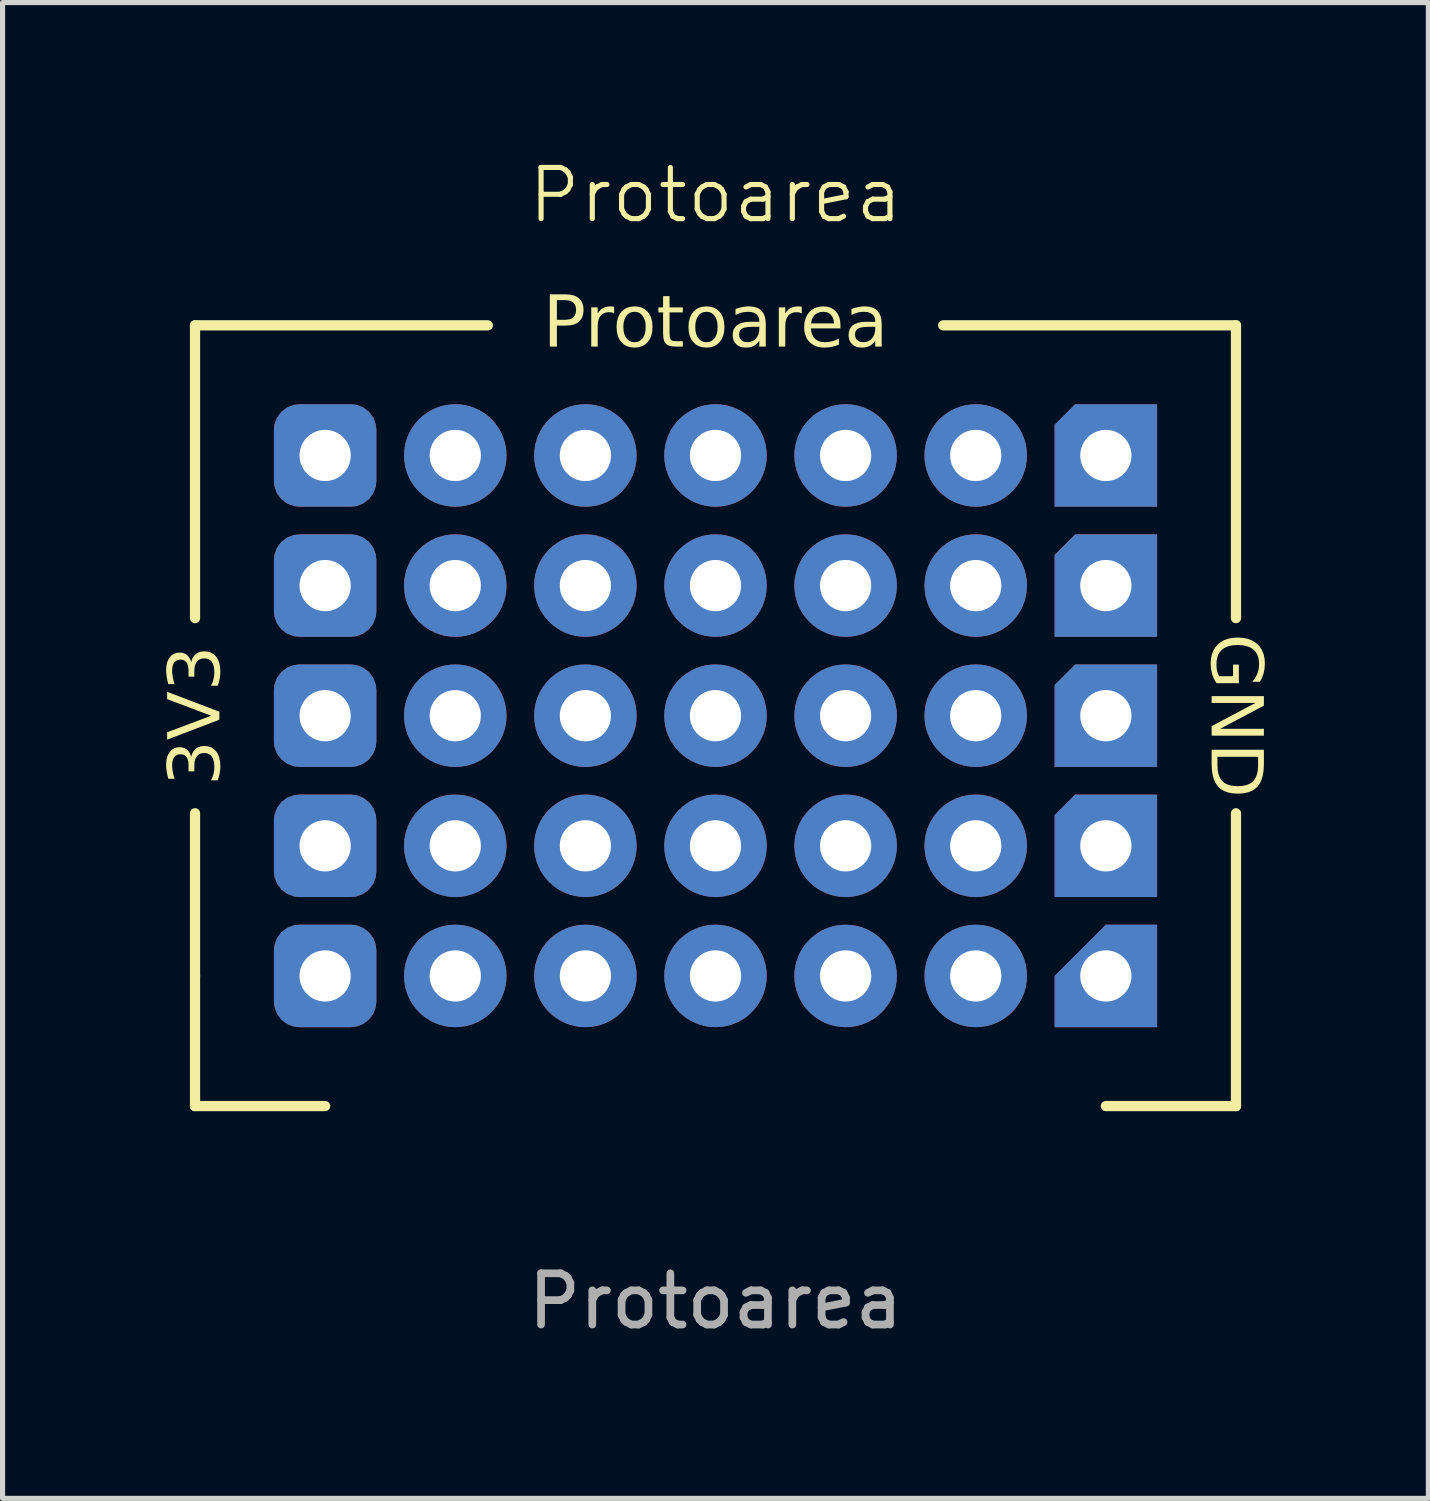
<source format=kicad_pcb>
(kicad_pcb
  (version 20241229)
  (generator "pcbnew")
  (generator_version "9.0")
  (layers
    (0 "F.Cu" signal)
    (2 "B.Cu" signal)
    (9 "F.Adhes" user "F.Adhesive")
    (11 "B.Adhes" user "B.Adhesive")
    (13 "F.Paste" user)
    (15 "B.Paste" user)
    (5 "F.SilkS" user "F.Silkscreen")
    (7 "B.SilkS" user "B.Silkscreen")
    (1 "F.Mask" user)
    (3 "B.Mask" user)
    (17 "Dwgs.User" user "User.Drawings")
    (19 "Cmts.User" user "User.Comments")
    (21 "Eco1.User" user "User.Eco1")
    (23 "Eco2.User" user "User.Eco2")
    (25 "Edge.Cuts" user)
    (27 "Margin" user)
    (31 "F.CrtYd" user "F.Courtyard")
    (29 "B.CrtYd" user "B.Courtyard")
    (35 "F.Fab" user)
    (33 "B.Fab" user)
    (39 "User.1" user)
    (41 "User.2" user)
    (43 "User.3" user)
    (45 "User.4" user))
  (footprint "Protoarea"
    (layer "F.Cu")
    (at 10.917 10.921)
    (property "Reference" "Protoarea" (at 0 -10.16 0) (unlocked yes) (layer "F.SilkS") (effects (font (size 1 1) (thickness 0.1))))
    (attr through_hole)
    (fp_line (start -10.16 -7.62) (end -10.16 -1.905) (stroke (width 0.2) (type default)) (layer "F.SilkS"))
    (fp_line (start -10.16 -7.62) (end -4.445 -7.62) (stroke (width 0.2) (type default)) (layer "F.SilkS"))
    (fp_line (start -10.16 5.08) (end -10.16 1.905) (stroke (width 0.2) (type default)) (layer "F.SilkS"))
    (fp_line (start -10.16 5.08) (end -10.16 7.62) (stroke (width 0.2) (type default)) (layer "F.SilkS"))
    (fp_line (start -10.16 7.62) (end -7.62 7.62) (stroke (width 0.2) (type default)) (layer "F.SilkS"))
    (fp_line (start 10.16 -7.62) (end 4.445 -7.62) (stroke (width 0.2) (type default)) (layer "F.SilkS"))
    (fp_line (start 10.16 -7.62) (end 10.16 -1.905) (stroke (width 0.2) (type default)) (layer "F.SilkS"))
    (fp_line (start 10.16 7.62) (end 7.62 7.62) (stroke (width 0.2) (type default)) (layer "F.SilkS"))
    (fp_line (start 10.16 7.62) (end 10.16 1.905) (stroke (width 0.2) (type default)) (layer "F.SilkS"))
    (fp_text user "Protoarea" (at 0 -7.62 0) (unlocked yes) (layer "F.SilkS") (effects (font (face "Space Mono") (size 1 1) (thickness 0.1))))
    (fp_text user "3V3" (at -10.1 0 90) (unlocked yes) (layer "F.SilkS") (effects (font (face "Space Mono") (size 1 1) (thickness 0.1))))
    (fp_text user "GND" (at 10.1 0 270) (unlocked yes) (layer "F.SilkS") (effects (font (face "Space Mono") (size 1 1) (thickness 0.1))))
    (fp_text user "${REFERENCE}" (at 0 11.43 0) (unlocked yes) (layer "F.Fab") (effects (font (size 1 1) (thickness 0.15))))
    (pad "" thru_hole circle (at -5.08 -5.08) (size 2 2) (drill 1) (layers "*.Cu" "*.Mask"))
    (pad "" thru_hole circle (at -5.08 -2.54) (size 2 2) (drill 1) (layers "*.Cu" "*.Mask"))
    (pad "" thru_hole circle (at -5.08 0) (size 2 2) (drill 1) (layers "*.Cu" "*.Mask"))
    (pad "" thru_hole circle (at -5.08 2.54) (size 2 2) (drill 1) (layers "*.Cu" "*.Mask"))
    (pad "" thru_hole circle (at -2.54 -5.08) (size 2 2) (drill 1) (layers "*.Cu" "*.Mask"))
    (pad "" thru_hole circle (at -2.54 -2.54) (size 2 2) (drill 1) (layers "*.Cu" "*.Mask"))
    (pad "" thru_hole circle (at -2.54 0) (size 2 2) (drill 1) (layers "*.Cu" "*.Mask"))
    (pad "" thru_hole circle (at -2.54 2.54) (size 2 2) (drill 1) (layers "*.Cu" "*.Mask"))
    (pad "" thru_hole circle (at 0 -5.08) (size 2 2) (drill 1) (layers "*.Cu" "*.Mask"))
    (pad "" thru_hole circle (at 0 -2.54) (size 2 2) (drill 1) (layers "*.Cu" "*.Mask"))
    (pad "" thru_hole circle (at 0 0) (size 2 2) (drill 1) (layers "*.Cu" "*.Mask"))
    (pad "" thru_hole circle (at 0 2.54) (size 2 2) (drill 1) (layers "*.Cu" "*.Mask"))
    (pad "" thru_hole circle (at 2.54 -5.08) (size 2 2) (drill 1) (layers "*.Cu" "*.Mask"))
    (pad "" thru_hole circle (at 2.54 -2.54) (size 2 2) (drill 1) (layers "*.Cu" "*.Mask"))
    (pad "" thru_hole circle (at 2.54 0) (size 2 2) (drill 1) (layers "*.Cu" "*.Mask"))
    (pad "" thru_hole circle (at 2.54 2.54) (size 2 2) (drill 1) (layers "*.Cu" "*.Mask"))
    (pad "" thru_hole circle (at 5.08 -5.08) (size 2 2) (drill 1) (layers "*.Cu" "*.Mask"))
    (pad "" thru_hole circle (at 5.08 -2.54) (size 2 2) (drill 1) (layers "*.Cu" "*.Mask"))
    (pad "" thru_hole circle (at 5.08 0) (size 2 2) (drill 1) (layers "*.Cu" "*.Mask"))
    (pad "" thru_hole circle (at 5.08 2.54) (size 2 2) (drill 1) (layers "*.Cu" "*.Mask"))
    (pad "2" thru_hole circle (at -5.08 5.08) (size 2 2) (drill 1) (layers "*.Cu" "*.Mask"))
    (pad "3" thru_hole circle (at -2.54 5.08) (size 2 2) (drill 1) (layers "*.Cu" "*.Mask"))
    (pad "4" thru_hole circle (at 0 5.08) (size 2 2) (drill 1) (layers "*.Cu" "*.Mask"))
    (pad "5" thru_hole circle (at 2.54 5.08) (size 2 2) (drill 1) (layers "*.Cu" "*.Mask"))
    (pad "6" thru_hole circle (at 5.08 5.08) (size 2 2) (drill 1) (layers "*.Cu" "*.Mask"))
    (pad "7" thru_hole roundrect (at 7.62 -5.08) (size 2 2) (drill 1) (layers "*.Cu" "*.Mask") (roundrect_rratio 0) (chamfer_ratio 0.2) (chamfer top_left))
    (pad "7" thru_hole roundrect (at 7.62 -2.54) (size 2 2) (drill 1) (layers "*.Cu" "*.Mask") (roundrect_rratio 0) (chamfer_ratio 0.2) (chamfer top_left))
    (pad "7" thru_hole roundrect (at 7.62 0) (size 2 2) (drill 1) (layers "*.Cu" "*.Mask") (roundrect_rratio 0) (chamfer_ratio 0.2) (chamfer top_left))
    (pad "7" thru_hole roundrect (at 7.62 2.54) (size 2 2) (drill 1) (layers "*.Cu" "*.Mask") (roundrect_rratio 0) (chamfer_ratio 0.2) (chamfer top_left))
    (pad "7" thru_hole roundrect (at 7.62 5.08) (size 2 2) (drill 1) (layers "*.Cu" "*.Mask") (roundrect_rratio 0) (chamfer_ratio 0.5) (chamfer top_left))
    (pad "8" thru_hole roundrect (at -7.62 -5.08) (size 2 2) (drill 1) (layers "*.Cu" "*.Mask") (roundrect_rratio 0.25))
    (pad "8" thru_hole roundrect (at -7.62 -2.54) (size 2 2) (drill 1) (layers "*.Cu" "*.Mask") (roundrect_rratio 0.25))
    (pad "8" thru_hole roundrect (at -7.62 0) (size 2 2) (drill 1) (layers "*.Cu" "*.Mask") (roundrect_rratio 0.25))
    (pad "8" thru_hole roundrect (at -7.62 2.54) (size 2 2) (drill 1) (layers "*.Cu" "*.Mask") (roundrect_rratio 0.25))
    (pad "8" thru_hole roundrect (at -7.62 5.08) (size 2 2) (drill 1) (layers "*.Cu" "*.Mask") (roundrect_rratio 0.25)))
  (gr_rect
    (start -3 -3)
    (end 24.833 26.199)
    (stroke (width 0.1) (type default))
    (fill no)
    (layer "Edge.Cuts")))
</source>
